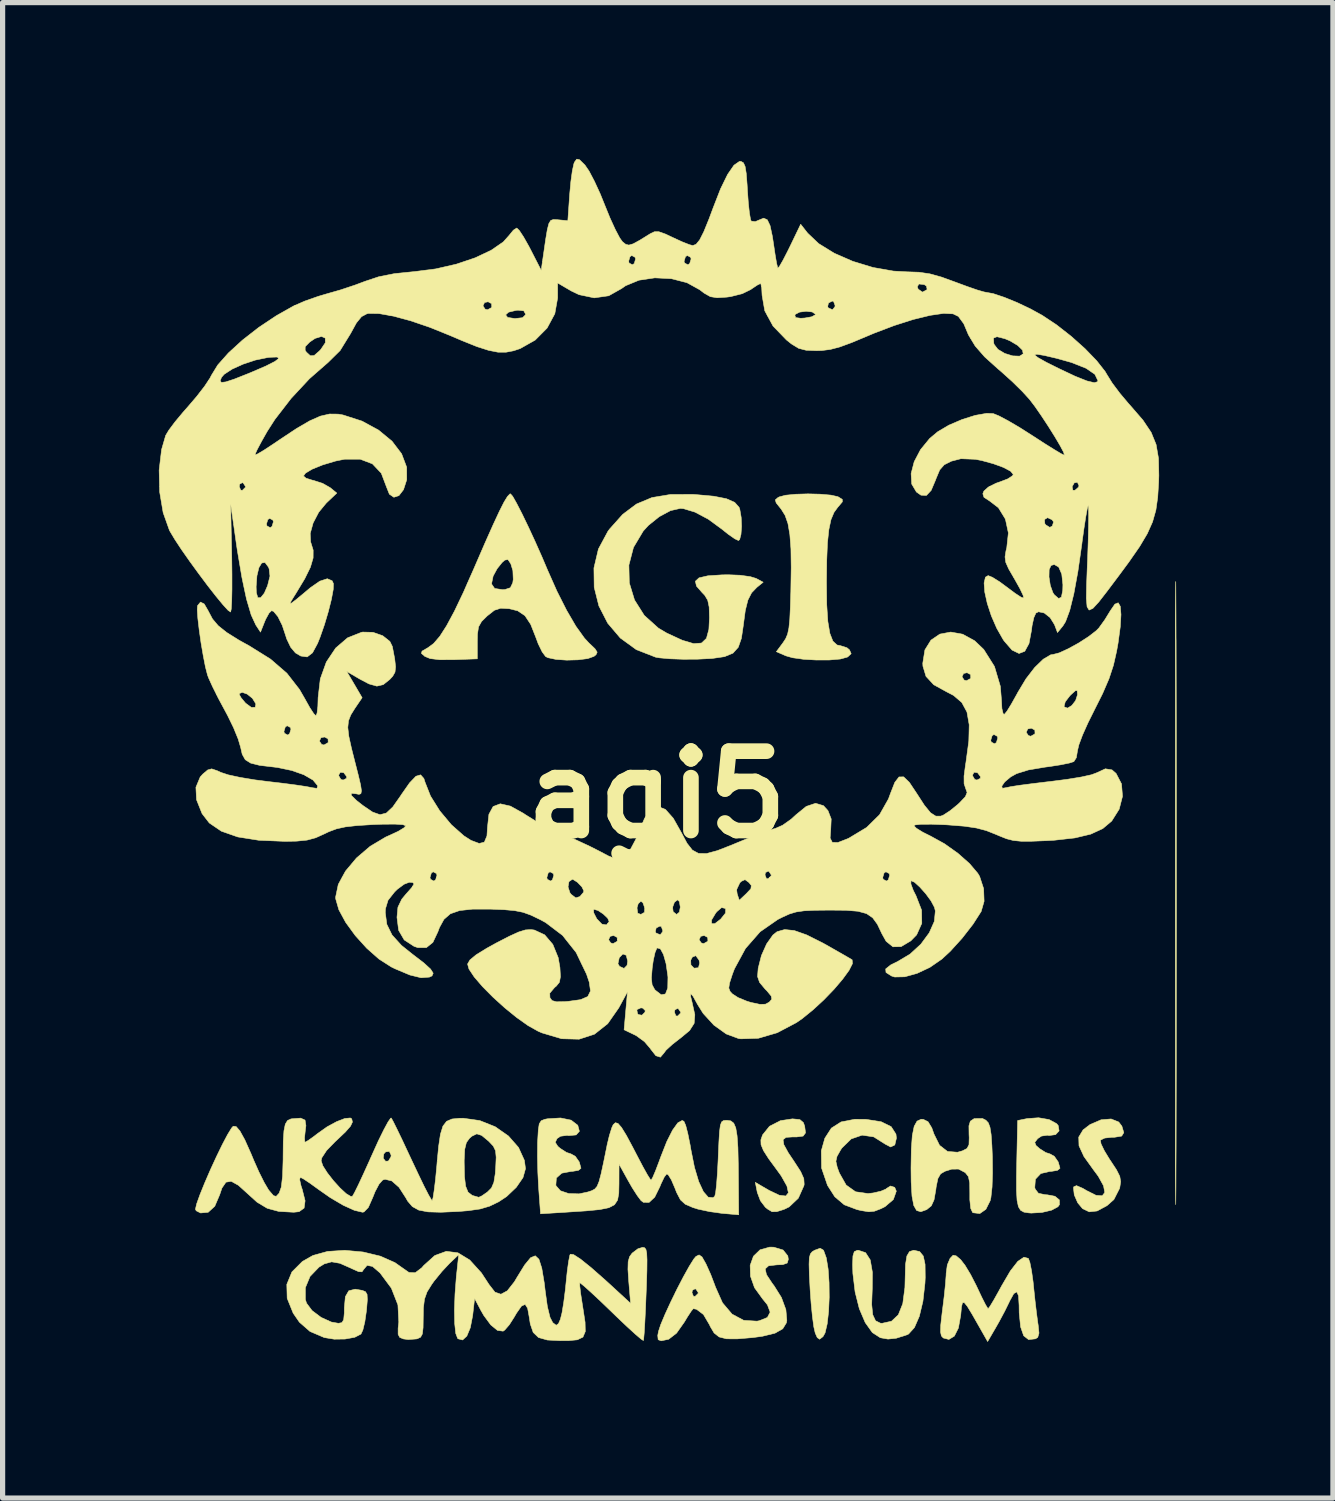
<source format=kicad_pcb>
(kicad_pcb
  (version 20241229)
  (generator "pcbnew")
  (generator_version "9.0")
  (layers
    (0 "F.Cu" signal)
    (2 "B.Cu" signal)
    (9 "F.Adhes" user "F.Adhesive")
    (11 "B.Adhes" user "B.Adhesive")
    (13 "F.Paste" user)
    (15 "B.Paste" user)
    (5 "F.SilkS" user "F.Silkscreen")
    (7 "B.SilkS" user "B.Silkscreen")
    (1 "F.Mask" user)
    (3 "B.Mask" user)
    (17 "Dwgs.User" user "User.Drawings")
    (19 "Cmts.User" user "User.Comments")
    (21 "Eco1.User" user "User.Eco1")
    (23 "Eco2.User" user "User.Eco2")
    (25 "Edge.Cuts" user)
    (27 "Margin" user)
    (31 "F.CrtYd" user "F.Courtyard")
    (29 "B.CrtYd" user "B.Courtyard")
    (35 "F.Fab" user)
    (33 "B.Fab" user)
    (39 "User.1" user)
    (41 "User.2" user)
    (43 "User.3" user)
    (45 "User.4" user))
  (footprint "agi5"
    (layer "F.Cu")
    (at 9.561 12.205)
    (property "Reference" "agi5" (at 0 0 0) (layer "F.SilkS") (effects (font (size 1.524 1.524) (thickness 0.3))))
    (attr through_hole)
    (fp_poly (pts (xy 3.195 8.744) (xy 3.202 8.755) (xy 3.252 8.894) (xy 3.287 9.107) (xy 3.305 9.368) (xy 3.308 9.649) (xy 3.296 9.922) (xy 3.269 10.16) (xy 3.228 10.334) (xy 3.188 10.405) (xy 3.123 10.455) (xy 3.078 10.423) (xy 3.039 10.335) (xy 3.012 10.217) (xy 2.985 10.017) (xy 2.96 9.761) (xy 2.941 9.495) (xy 2.926 9.209) (xy 2.921 9.014) (xy 2.926 8.891) (xy 2.946 8.818) (xy 2.981 8.775) (xy 3.029 8.746) (xy 3.134 8.708) (xy 3.195 8.744)) (stroke (width 0.01) (type solid)) (fill yes) (layer "F.SilkS"))
    (fp_poly (pts (xy 5.044 8.772) (xy 5.114 8.858) (xy 5.148 9.018) (xy 5.151 9.269) (xy 5.146 9.378) (xy 5.107 9.725) (xy 5.038 10.014) (xy 4.944 10.23) (xy 4.831 10.355) (xy 4.8 10.37) (xy 4.593 10.436) (xy 4.436 10.452) (xy 4.289 10.426) (xy 4.136 10.327) (xy 3.999 10.135) (xy 3.886 9.87) (xy 3.805 9.549) (xy 3.762 9.192) (xy 3.757 9.025) (xy 3.763 8.857) (xy 3.789 8.774) (xy 3.845 8.748) (xy 3.868 8.747) (xy 4.006 8.793) (xy 4.096 8.933) (xy 4.137 9.171) (xy 4.134 9.49) (xy 4.123 9.785) (xy 4.143 9.984) (xy 4.197 10.1) (xy 4.289 10.146) (xy 4.323 10.149) (xy 4.504 10.109) (xy 4.635 9.985) (xy 4.72 9.772) (xy 4.761 9.462) (xy 4.766 9.27) (xy 4.773 9.016) (xy 4.799 8.856) (xy 4.849 8.772) (xy 4.929 8.747) (xy 4.933 8.747) (xy 5.044 8.772)) (stroke (width 0.01) (type solid)) (fill yes) (layer "F.SilkS"))
    (fp_poly (pts (xy 2.744 6.238) (xy 2.813 6.297) (xy 2.837 6.367) (xy 2.853 6.493) (xy 2.807 6.555) (xy 2.677 6.572) (xy 2.608 6.571) (xy 2.48 6.579) (xy 2.422 6.624) (xy 2.436 6.718) (xy 2.522 6.875) (xy 2.634 7.042) (xy 2.759 7.235) (xy 2.82 7.371) (xy 2.827 7.48) (xy 2.822 7.507) (xy 2.715 7.747) (xy 2.539 7.914) (xy 2.445 7.96) (xy 2.3 8.006) (xy 2.21 8.007) (xy 2.125 7.956) (xy 2.081 7.92) (xy 1.987 7.796) (xy 1.926 7.634) (xy 1.926 7.632) (xy 1.889 7.443) (xy 2.149 7.595) (xy 2.348 7.69) (xy 2.474 7.705) (xy 2.524 7.644) (xy 2.496 7.514) (xy 2.387 7.32) (xy 2.308 7.21) (xy 2.146 6.99) (xy 2.046 6.834) (xy 1.999 6.72) (xy 1.996 6.627) (xy 2.028 6.533) (xy 2.029 6.531) (xy 2.162 6.366) (xy 2.371 6.259) (xy 2.603 6.224) (xy 2.744 6.238)) (stroke (width 0.01) (type solid)) (fill yes) (layer "F.SilkS"))
    (fp_poly (pts (xy 4.015 6.234) (xy 4.306 6.28) (xy 4.497 6.374) (xy 4.589 6.517) (xy 4.598 6.594) (xy 4.567 6.725) (xy 4.487 6.764) (xy 4.384 6.71) (xy 4.162 6.57) (xy 3.939 6.537) (xy 3.73 6.609) (xy 3.551 6.784) (xy 3.526 6.822) (xy 3.457 6.945) (xy 3.436 7.039) (xy 3.462 7.155) (xy 3.503 7.265) (xy 3.633 7.495) (xy 3.814 7.624) (xy 4.051 7.658) (xy 4.149 7.647) (xy 4.299 7.613) (xy 4.394 7.573) (xy 4.406 7.562) (xy 4.484 7.513) (xy 4.565 7.539) (xy 4.596 7.612) (xy 4.539 7.773) (xy 4.38 7.909) (xy 4.301 7.949) (xy 4.176 7.997) (xy 4.067 8.008) (xy 3.923 7.985) (xy 3.841 7.966) (xy 3.597 7.874) (xy 3.415 7.72) (xy 3.275 7.501) (xy 3.161 7.168) (xy 3.156 6.837) (xy 3.224 6.596) (xy 3.349 6.402) (xy 3.536 6.283) (xy 3.798 6.232) (xy 4.015 6.234)) (stroke (width 0.01) (type solid)) (fill yes) (layer "F.SilkS"))
    (fp_poly (pts (xy 8.866 6.285) (xy 8.926 6.364) (xy 8.963 6.489) (xy 8.922 6.555) (xy 8.788 6.577) (xy 8.733 6.578) (xy 8.596 6.593) (xy 8.516 6.631) (xy 8.514 6.633) (xy 8.526 6.704) (xy 8.59 6.837) (xy 8.693 7.006) (xy 8.705 7.023) (xy 8.824 7.204) (xy 8.886 7.328) (xy 8.903 7.43) (xy 8.886 7.542) (xy 8.882 7.559) (xy 8.773 7.773) (xy 8.641 7.89) (xy 8.45 7.993) (xy 8.299 8.009) (xy 8.172 7.948) (xy 8.078 7.835) (xy 8.012 7.684) (xy 7.997 7.55) (xy 8.002 7.529) (xy 8.055 7.506) (xy 8.176 7.558) (xy 8.244 7.599) (xy 8.43 7.692) (xy 8.549 7.701) (xy 8.598 7.637) (xy 8.574 7.509) (xy 8.473 7.326) (xy 8.383 7.205) (xy 8.198 6.947) (xy 8.103 6.741) (xy 8.098 6.574) (xy 8.181 6.436) (xy 8.314 6.334) (xy 8.527 6.242) (xy 8.719 6.226) (xy 8.866 6.285)) (stroke (width 0.01) (type solid)) (fill yes) (layer "F.SilkS"))
    (fp_poly (pts (xy 9.961 -4.083) (xy 9.962 -3.974) (xy 9.963 -3.76) (xy 9.965 -3.439) (xy 9.966 -3.008) (xy 9.967 -2.953) (xy 9.969 -2.061) (xy 9.971 -1.082) (xy 9.972 -0.038) (xy 9.972 1.046) (xy 9.973 2.148) (xy 9.972 3.244) (xy 9.971 4.311) (xy 9.97 5.325) (xy 9.968 6.264) (xy 9.967 6.747) (xy 9.965 7.186) (xy 9.964 7.516) (xy 9.962 7.738) (xy 9.961 7.856) (xy 9.96 7.871) (xy 9.958 7.786) (xy 9.957 7.604) (xy 9.956 7.327) (xy 9.955 6.957) (xy 9.954 6.498) (xy 9.954 5.95) (xy 9.953 5.317) (xy 9.953 4.602) (xy 9.952 3.806) (xy 9.952 2.932) (xy 9.952 1.983) (xy 9.952 1.878) (xy 9.952 0.922) (xy 9.952 0.041) (xy 9.953 -0.762) (xy 9.953 -1.485) (xy 9.954 -2.125) (xy 9.954 -2.68) (xy 9.955 -3.147) (xy 9.956 -3.524) (xy 9.957 -3.809) (xy 9.958 -3.998) (xy 9.959 -4.091) (xy 9.961 -4.083)) (stroke (width 0.01) (type solid)) (fill yes) (layer "F.SilkS"))
    (fp_poly (pts (xy 7.529 6.238) (xy 7.673 6.316) (xy 7.704 6.353) (xy 7.721 6.455) (xy 7.654 6.527) (xy 7.528 6.544) (xy 7.498 6.538) (xy 7.382 6.555) (xy 7.309 6.604) (xy 7.254 6.676) (xy 7.278 6.736) (xy 7.345 6.795) (xy 7.462 6.87) (xy 7.546 6.897) (xy 7.629 6.943) (xy 7.704 7.051) (xy 7.738 7.171) (xy 7.738 7.173) (xy 7.689 7.213) (xy 7.568 7.233) (xy 7.543 7.233) (xy 7.369 7.274) (xy 7.266 7.383) (xy 7.254 7.541) (xy 7.262 7.572) (xy 7.324 7.653) (xy 7.457 7.681) (xy 7.491 7.682) (xy 7.641 7.71) (xy 7.726 7.78) (xy 7.728 7.871) (xy 7.699 7.911) (xy 7.577 7.977) (xy 7.391 8.021) (xy 7.187 8.033) (xy 7.135 8.029) (xy 7.046 8.015) (xy 6.982 7.98) (xy 6.94 7.911) (xy 6.914 7.79) (xy 6.903 7.603) (xy 6.903 7.334) (xy 6.909 7.011) (xy 6.925 6.256) (xy 7.107 6.219) (xy 7.327 6.203) (xy 7.529 6.238)) (stroke (width 0.01) (type solid)) (fill yes) (layer "F.SilkS"))
    (fp_poly (pts (xy 3.137 -5.768) (xy 3.341 -5.75) (xy 3.474 -5.72) (xy 3.485 -5.714) (xy 3.559 -5.668) (xy 3.56 -5.621) (xy 3.487 -5.534) (xy 3.475 -5.521) (xy 3.399 -5.417) (xy 3.341 -5.278) (xy 3.301 -5.088) (xy 3.274 -4.833) (xy 3.26 -4.496) (xy 3.255 -4.077) (xy 3.26 -3.651) (xy 3.281 -3.327) (xy 3.32 -3.096) (xy 3.378 -2.947) (xy 3.457 -2.873) (xy 3.523 -2.86) (xy 3.648 -2.82) (xy 3.697 -2.779) (xy 3.729 -2.706) (xy 3.665 -2.646) (xy 3.652 -2.639) (xy 3.519 -2.603) (xy 3.312 -2.585) (xy 3.066 -2.584) (xy 2.818 -2.598) (xy 2.605 -2.628) (xy 2.478 -2.664) (xy 2.293 -2.744) (xy 2.422 -2.918) (xy 2.473 -2.996) (xy 2.509 -3.082) (xy 2.534 -3.199) (xy 2.551 -3.367) (xy 2.562 -3.606) (xy 2.571 -3.902) (xy 2.578 -4.358) (xy 2.573 -4.716) (xy 2.552 -4.993) (xy 2.516 -5.203) (xy 2.461 -5.361) (xy 2.385 -5.482) (xy 2.377 -5.492) (xy 2.29 -5.601) (xy 2.273 -5.659) (xy 2.321 -5.701) (xy 2.349 -5.716) (xy 2.47 -5.748) (xy 2.665 -5.767) (xy 2.9 -5.774) (xy 3.137 -5.768)) (stroke (width 0.01) (type solid)) (fill yes) (layer "F.SilkS"))
    (fp_poly (pts (xy 6.315 6.25) (xy 6.362 6.3) (xy 6.394 6.385) (xy 6.416 6.524) (xy 6.431 6.739) (xy 6.44 6.955) (xy 6.443 7.265) (xy 6.434 7.534) (xy 6.412 7.734) (xy 6.398 7.795) (xy 6.315 7.961) (xy 6.199 8.042) (xy 6.071 8.027) (xy 6.06 8.021) (xy 6.024 7.942) (xy 6.007 7.779) (xy 6.007 7.655) (xy 6.005 7.455) (xy 5.98 7.333) (xy 5.923 7.26) (xy 5.914 7.253) (xy 5.79 7.188) (xy 5.658 7.19) (xy 5.531 7.23) (xy 5.446 7.28) (xy 5.394 7.37) (xy 5.361 7.531) (xy 5.354 7.588) (xy 5.32 7.78) (xy 5.268 7.894) (xy 5.182 7.964) (xy 5.175 7.968) (xy 5.066 8.007) (xy 4.986 7.984) (xy 4.931 7.887) (xy 4.897 7.708) (xy 4.881 7.434) (xy 4.878 7.17) (xy 4.884 6.807) (xy 4.903 6.543) (xy 4.939 6.367) (xy 4.994 6.268) (xy 5.072 6.232) (xy 5.114 6.234) (xy 5.205 6.279) (xy 5.277 6.397) (xy 5.319 6.516) (xy 5.426 6.732) (xy 5.579 6.85) (xy 5.771 6.865) (xy 5.866 6.838) (xy 5.953 6.793) (xy 5.991 6.72) (xy 5.995 6.583) (xy 5.992 6.524) (xy 5.99 6.358) (xy 6.017 6.269) (xy 6.085 6.223) (xy 6.094 6.219) (xy 6.25 6.217) (xy 6.315 6.25)) (stroke (width 0.01) (type solid)) (fill yes) (layer "F.SilkS"))
    (fp_poly (pts (xy 5.745 8.854) (xy 5.83 8.926) (xy 5.914 9.034) (xy 6.021 9.211) (xy 6.129 9.421) (xy 6.146 9.457) (xy 6.236 9.648) (xy 6.309 9.792) (xy 6.353 9.864) (xy 6.359 9.868) (xy 6.395 9.822) (xy 6.469 9.699) (xy 6.568 9.522) (xy 6.618 9.43) (xy 6.786 9.143) (xy 6.929 8.959) (xy 7.046 8.88) (xy 7.131 8.903) (xy 7.16 8.98) (xy 7.192 9.14) (xy 7.222 9.354) (xy 7.232 9.454) (xy 7.259 9.712) (xy 7.288 9.957) (xy 7.313 10.145) (xy 7.319 10.183) (xy 7.335 10.338) (xy 7.311 10.419) (xy 7.267 10.447) (xy 7.135 10.462) (xy 7.041 10.388) (xy 6.982 10.218) (xy 6.955 9.948) (xy 6.953 9.805) (xy 6.942 9.62) (xy 6.908 9.545) (xy 6.851 9.579) (xy 6.771 9.723) (xy 6.763 9.742) (xy 6.677 9.917) (xy 6.566 10.124) (xy 6.508 10.226) (xy 6.349 10.499) (xy 6.194 10.226) (xy 6.053 9.978) (xy 5.958 9.822) (xy 5.899 9.75) (xy 5.866 9.756) (xy 5.847 9.833) (xy 5.834 9.976) (xy 5.831 10.002) (xy 5.788 10.239) (xy 5.71 10.395) (xy 5.605 10.459) (xy 5.498 10.431) (xy 5.461 10.391) (xy 5.445 10.316) (xy 5.449 10.182) (xy 5.473 9.968) (xy 5.484 9.88) (xy 5.515 9.63) (xy 5.539 9.399) (xy 5.552 9.227) (xy 5.553 9.189) (xy 5.575 9.028) (xy 5.627 8.904) (xy 5.628 8.903) (xy 5.686 8.842) (xy 5.745 8.854)) (stroke (width 0.01) (type solid)) (fill yes) (layer "F.SilkS"))
    (fp_poly (pts (xy -2.769 -5.727) (xy -2.693 -5.593) (xy -2.589 -5.391) (xy -2.468 -5.14) (xy -2.337 -4.857) (xy -2.205 -4.56) (xy -2.102 -4.317) (xy -1.92 -3.907) (xy -1.734 -3.539) (xy -1.555 -3.232) (xy -1.391 -3.004) (xy -1.307 -2.913) (xy -1.189 -2.801) (xy -1.147 -2.735) (xy -1.169 -2.686) (xy -1.208 -2.655) (xy -1.327 -2.612) (xy -1.515 -2.588) (xy -1.732 -2.582) (xy -1.937 -2.596) (xy -2.092 -2.629) (xy -2.136 -2.651) (xy -2.203 -2.741) (xy -2.279 -2.897) (xy -2.322 -3.013) (xy -2.423 -3.269) (xy -2.533 -3.435) (xy -2.672 -3.529) (xy -2.838 -3.57) (xy -2.998 -3.579) (xy -3.119 -3.54) (xy -3.255 -3.433) (xy -3.258 -3.431) (xy -3.367 -3.323) (xy -3.424 -3.221) (xy -3.445 -3.083) (xy -3.448 -2.934) (xy -3.448 -2.607) (xy -3.897 -2.591) (xy -4.171 -2.59) (xy -4.353 -2.612) (xy -4.455 -2.654) (xy -4.521 -2.712) (xy -4.509 -2.755) (xy -4.406 -2.815) (xy -4.398 -2.819) (xy -4.287 -2.901) (xy -4.168 -3.039) (xy -4.037 -3.243) (xy -3.887 -3.522) (xy -3.713 -3.887) (xy -3.644 -4.045) (xy -3.175 -4.045) (xy -3.115 -3.958) (xy -2.963 -3.935) (xy -2.916 -3.938) (xy -2.813 -3.972) (xy -2.767 -4.068) (xy -2.758 -4.133) (xy -2.765 -4.3) (xy -2.805 -4.432) (xy -2.86 -4.513) (xy -2.919 -4.503) (xy -2.971 -4.458) (xy -3.067 -4.338) (xy -3.144 -4.196) (xy -3.175 -4.045) (xy -3.644 -4.045) (xy -3.51 -4.347) (xy -3.486 -4.403) (xy -3.296 -4.841) (xy -3.143 -5.184) (xy -3.024 -5.44) (xy -2.934 -5.618) (xy -2.868 -5.725) (xy -2.823 -5.772) (xy -2.811 -5.775) (xy -2.769 -5.727)) (stroke (width 0.01) (type solid)) (fill yes) (layer "F.SilkS"))
    (fp_poly (pts (xy 0.748 -5.76) (xy 1.091 -5.729) (xy 1.334 -5.681) (xy 1.493 -5.611) (xy 1.578 -5.515) (xy 1.592 -5.474) (xy 1.618 -5.321) (xy 1.625 -5.15) (xy 1.614 -4.996) (xy 1.588 -4.897) (xy 1.566 -4.878) (xy 1.494 -4.912) (xy 1.368 -5) (xy 1.244 -5.099) (xy 0.986 -5.288) (xy 0.732 -5.423) (xy 0.511 -5.49) (xy 0.448 -5.495) (xy 0.26 -5.452) (xy 0.046 -5.337) (xy -0.16 -5.172) (xy -0.262 -5.061) (xy -0.45 -4.746) (xy -0.538 -4.407) (xy -0.53 -4.065) (xy -0.43 -3.737) (xy -0.243 -3.441) (xy 0.028 -3.197) (xy 0.188 -3.102) (xy 0.486 -2.964) (xy 0.705 -2.899) (xy 0.856 -2.91) (xy 0.951 -3) (xy 0.998 -3.174) (xy 1.009 -3.395) (xy 1.003 -3.601) (xy 0.975 -3.733) (xy 0.917 -3.829) (xy 0.87 -3.877) (xy 0.76 -4.003) (xy 0.738 -4.097) (xy 0.809 -4.162) (xy 0.977 -4.201) (xy 1.25 -4.219) (xy 1.369 -4.221) (xy 1.598 -4.212) (xy 1.792 -4.185) (xy 1.904 -4.151) (xy 2.04 -4.078) (xy 1.918 -3.979) (xy 1.818 -3.875) (xy 1.747 -3.736) (xy 1.697 -3.537) (xy 1.659 -3.253) (xy 1.658 -3.244) (xy 1.622 -3.001) (xy 1.562 -2.829) (xy 1.46 -2.716) (xy 1.298 -2.649) (xy 1.058 -2.614) (xy 0.772 -2.6) (xy 0.501 -2.599) (xy 0.248 -2.608) (xy 0.049 -2.626) (xy -0.025 -2.639) (xy -0.395 -2.783) (xy -0.703 -3.007) (xy -0.945 -3.292) (xy -1.114 -3.622) (xy -1.204 -3.981) (xy -1.209 -4.351) (xy -1.123 -4.715) (xy -0.94 -5.056) (xy -0.907 -5.1) (xy -0.656 -5.381) (xy -0.392 -5.579) (xy -0.095 -5.703) (xy 0.258 -5.762) (xy 0.688 -5.764) (xy 0.748 -5.76)) (stroke (width 0.01) (type solid)) (fill yes) (layer "F.SilkS"))
    (fp_poly (pts (xy 2.243 8.688) (xy 2.422 8.742) (xy 2.513 8.855) (xy 2.523 8.922) (xy 2.502 8.992) (xy 2.418 9.022) (xy 2.299 9.027) (xy 2.144 9.045) (xy 2.079 9.104) (xy 2.103 9.214) (xy 2.215 9.384) (xy 2.249 9.428) (xy 2.39 9.653) (xy 2.476 9.887) (xy 2.494 10.093) (xy 2.486 10.139) (xy 2.416 10.254) (xy 2.266 10.339) (xy 2.025 10.398) (xy 1.841 10.423) (xy 1.544 10.448) (xy 1.336 10.447) (xy 1.194 10.411) (xy 1.098 10.335) (xy 1.025 10.212) (xy 1.01 10.178) (xy 0.894 9.981) (xy 0.761 9.88) (xy 0.699 9.868) (xy 0.661 9.912) (xy 0.587 10.025) (xy 0.529 10.122) (xy 0.377 10.338) (xy 0.226 10.455) (xy 0.083 10.485) (xy 0.024 10.464) (xy 0.016 10.383) (xy 0.031 10.303) (xy 0.074 10.172) (xy 0.156 9.977) (xy 0.264 9.742) (xy 0.353 9.56) (xy 0.673 9.56) (xy 0.701 9.63) (xy 0.733 9.633) (xy 0.791 9.576) (xy 0.793 9.56) (xy 0.75 9.494) (xy 0.733 9.487) (xy 0.682 9.514) (xy 0.673 9.56) (xy 0.353 9.56) (xy 0.385 9.494) (xy 0.508 9.257) (xy 0.62 9.056) (xy 0.708 8.915) (xy 0.749 8.866) (xy 0.81 8.836) (xy 0.866 8.875) (xy 0.938 9.002) (xy 0.942 9.009) (xy 1.033 9.212) (xy 1.114 9.424) (xy 1.122 9.448) (xy 1.259 9.756) (xy 1.443 9.973) (xy 1.666 10.092) (xy 1.92 10.108) (xy 1.964 10.1) (xy 2.121 10.037) (xy 2.174 9.935) (xy 2.122 9.795) (xy 2.029 9.68) (xy 1.874 9.466) (xy 1.796 9.245) (xy 1.79 9.037) (xy 1.853 8.861) (xy 1.98 8.738) (xy 2.166 8.686) (xy 2.243 8.688)) (stroke (width 0.01) (type solid)) (fill yes) (layer "F.SilkS"))
    (fp_poly (pts (xy -1.647 6.249) (xy -1.522 6.345) (xy -1.519 6.348) (xy -1.488 6.463) (xy -1.551 6.533) (xy -1.693 6.546) (xy -1.724 6.541) (xy -1.852 6.558) (xy -1.918 6.603) (xy -1.951 6.676) (xy -1.902 6.752) (xy -1.856 6.791) (xy -1.738 6.868) (xy -1.65 6.897) (xy -1.567 6.943) (xy -1.491 7.051) (xy -1.458 7.171) (xy -1.458 7.173) (xy -1.507 7.213) (xy -1.627 7.233) (xy -1.647 7.233) (xy -1.827 7.267) (xy -1.93 7.359) (xy -1.94 7.496) (xy -1.936 7.509) (xy -1.852 7.605) (xy -1.694 7.658) (xy -1.495 7.664) (xy -1.326 7.628) (xy -1.25 7.603) (xy -1.193 7.572) (xy -1.149 7.521) (xy -1.111 7.429) (xy -1.072 7.282) (xy -1.024 7.06) (xy -0.96 6.747) (xy -0.957 6.728) (xy -0.912 6.542) (xy -0.865 6.392) (xy -0.839 6.336) (xy -0.797 6.298) (xy -0.747 6.312) (xy -0.68 6.389) (xy -0.587 6.54) (xy -0.461 6.775) (xy -0.377 6.937) (xy -0.271 7.139) (xy -0.183 7.297) (xy -0.126 7.387) (xy -0.112 7.401) (xy -0.082 7.352) (xy -0.026 7.221) (xy 0.045 7.034) (xy 0.073 6.957) (xy 0.189 6.662) (xy 0.301 6.44) (xy 0.401 6.301) (xy 0.485 6.255) (xy 0.519 6.272) (xy 0.553 6.35) (xy 0.594 6.51) (xy 0.637 6.722) (xy 0.653 6.817) (xy 0.721 7.156) (xy 0.802 7.427) (xy 0.892 7.621) (xy 0.985 7.728) (xy 1.077 7.737) (xy 1.11 7.712) (xy 1.127 7.644) (xy 1.145 7.487) (xy 1.162 7.262) (xy 1.176 6.994) (xy 1.177 6.962) (xy 1.19 6.67) (xy 1.202 6.471) (xy 1.218 6.348) (xy 1.242 6.283) (xy 1.279 6.257) (xy 1.333 6.252) (xy 1.343 6.252) (xy 1.419 6.263) (xy 1.475 6.307) (xy 1.514 6.397) (xy 1.539 6.548) (xy 1.555 6.775) (xy 1.562 7.092) (xy 1.564 7.299) (xy 1.57 8.066) (xy 1.248 8.038) (xy 1.017 8.006) (xy 0.788 7.957) (xy 0.689 7.926) (xy 0.544 7.863) (xy 0.452 7.779) (xy 0.378 7.637) (xy 0.345 7.552) (xy 0.278 7.396) (xy 0.218 7.299) (xy 0.188 7.281) (xy 0.141 7.342) (xy 0.079 7.471) (xy 0.056 7.528) (xy -0.042 7.727) (xy -0.15 7.828) (xy -0.259 7.827) (xy -0.305 7.793) (xy -0.375 7.7) (xy -0.474 7.546) (xy -0.557 7.401) (xy -0.727 7.093) (xy -0.728 7.469) (xy -0.732 7.652) (xy -0.755 7.783) (xy -0.813 7.872) (xy -0.922 7.93) (xy -1.099 7.966) (xy -1.361 7.991) (xy -1.593 8.006) (xy -2.234 8.047) (xy -2.271 7.542) (xy -2.286 7.252) (xy -2.293 6.947) (xy -2.291 6.683) (xy -2.289 6.645) (xy -2.277 6.439) (xy -2.259 6.32) (xy -2.221 6.26) (xy -2.153 6.233) (xy -2.103 6.223) (xy -1.849 6.207) (xy -1.647 6.249)) (stroke (width 0.01) (type solid)) (fill yes) (layer "F.SilkS"))
    (fp_poly (pts (xy -0.237 8.698) (xy -0.211 8.73) (xy -0.196 8.802) (xy -0.19 8.932) (xy -0.192 9.135) (xy -0.201 9.427) (xy -0.207 9.574) (xy -0.219 9.877) (xy -0.232 10.137) (xy -0.244 10.337) (xy -0.255 10.456) (xy -0.26 10.48) (xy -0.305 10.451) (xy -0.415 10.357) (xy -0.576 10.21) (xy -0.773 10.023) (xy -0.872 9.927) (xy -1.081 9.726) (xy -1.26 9.559) (xy -1.394 9.438) (xy -1.471 9.376) (xy -1.482 9.371) (xy -1.481 9.432) (xy -1.464 9.576) (xy -1.433 9.777) (xy -1.42 9.859) (xy -1.379 10.129) (xy -1.375 10.307) (xy -1.42 10.414) (xy -1.528 10.466) (xy -1.71 10.483) (xy -1.843 10.483) (xy -2.103 10.47) (xy -2.273 10.422) (xy -2.375 10.324) (xy -2.431 10.161) (xy -2.449 10.041) (xy -2.482 9.86) (xy -2.529 9.786) (xy -2.599 9.817) (xy -2.696 9.955) (xy -2.74 10.031) (xy -2.834 10.178) (xy -2.921 10.278) (xy -2.952 10.3) (xy -3.061 10.285) (xy -3.19 10.179) (xy -3.325 9.996) (xy -3.382 9.896) (xy -3.5 9.672) (xy -3.537 10) (xy -3.582 10.233) (xy -3.649 10.394) (xy -3.73 10.469) (xy -3.818 10.446) (xy -3.826 10.437) (xy -3.862 10.342) (xy -3.882 10.155) (xy -3.887 9.897) (xy -3.876 9.587) (xy -3.85 9.246) (xy -3.841 9.168) (xy -3.805 8.831) (xy -3.982 8.999) (xy -4.127 9.154) (xy -4.278 9.339) (xy -4.323 9.402) (xy -4.413 9.547) (xy -4.462 9.684) (xy -4.483 9.855) (xy -4.486 10.027) (xy -4.489 10.233) (xy -4.503 10.354) (xy -4.537 10.416) (xy -4.599 10.445) (xy -4.614 10.449) (xy -4.773 10.461) (xy -4.866 10.449) (xy -4.937 10.42) (xy -4.968 10.361) (xy -4.968 10.242) (xy -4.955 10.125) (xy -4.972 9.796) (xy -5.098 9.474) (xy -5.315 9.182) (xy -5.46 9.057) (xy -5.564 9.037) (xy -5.628 9.113) (xy -5.662 9.161) (xy -5.727 9.157) (xy -5.855 9.1) (xy -5.873 9.091) (xy -6.086 8.997) (xy -6.244 8.969) (xy -6.385 9.008) (xy -6.487 9.071) (xy -6.659 9.249) (xy -6.749 9.466) (xy -6.749 9.69) (xy -6.726 9.763) (xy -6.62 9.905) (xy -6.446 10.036) (xy -6.25 10.125) (xy -6.114 10.149) (xy -6.047 10.136) (xy -6.013 10.079) (xy -6.001 9.95) (xy -6 9.847) (xy -5.981 9.638) (xy -5.916 9.525) (xy -5.793 9.494) (xy -5.657 9.517) (xy -5.595 9.542) (xy -5.564 9.594) (xy -5.559 9.698) (xy -5.574 9.884) (xy -5.578 9.919) (xy -5.607 10.119) (xy -5.645 10.278) (xy -5.682 10.356) (xy -5.8 10.417) (xy -5.985 10.451) (xy -6.194 10.454) (xy -6.384 10.423) (xy -6.385 10.423) (xy -6.659 10.306) (xy -6.863 10.128) (xy -6.983 9.954) (xy -7.098 9.669) (xy -7.105 9.402) (xy -7.007 9.163) (xy -6.806 8.962) (xy -6.604 8.847) (xy -6.323 8.769) (xy -5.991 8.748) (xy -5.641 8.78) (xy -5.309 8.86) (xy -5.029 8.984) (xy -4.909 9.069) (xy -4.76 9.173) (xy -4.639 9.178) (xy -4.514 9.083) (xy -4.477 9.04) (xy -4.264 8.848) (xy -4.043 8.767) (xy -3.819 8.796) (xy -3.593 8.934) (xy -3.37 9.18) (xy -3.222 9.406) (xy -3.109 9.551) (xy -2.994 9.591) (xy -2.872 9.525) (xy -2.736 9.352) (xy -2.685 9.266) (xy -2.539 9.029) (xy -2.425 8.89) (xy -2.335 8.853) (xy -2.265 8.919) (xy -2.21 9.091) (xy -2.163 9.372) (xy -2.145 9.523) (xy -2.103 9.827) (xy -2.052 10.035) (xy -2 10.136) (xy -1.933 10.187) (xy -1.889 10.155) (xy -1.853 10.072) (xy -1.822 9.949) (xy -1.789 9.749) (xy -1.758 9.506) (xy -1.746 9.387) (xy -1.722 9.154) (xy -1.696 8.965) (xy -1.673 8.847) (xy -1.663 8.822) (xy -1.6 8.83) (xy -1.467 8.916) (xy -1.263 9.08) (xy -0.985 9.325) (xy -0.883 9.418) (xy -0.505 9.766) (xy -0.541 9.34) (xy -0.556 9.113) (xy -0.552 8.967) (xy -0.525 8.871) (xy -0.476 8.803) (xy -0.364 8.718) (xy -0.274 8.691) (xy -0.237 8.698)) (stroke (width 0.01) (type solid)) (fill yes) (layer "F.SilkS"))
    (fp_poly (pts (xy -5.859 6.224) (xy -5.845 6.285) (xy -5.882 6.364) (xy -5.981 6.477) (xy -6.154 6.641) (xy -6.179 6.664) (xy -6.342 6.832) (xy -6.433 6.971) (xy -6.446 7.028) (xy -6.413 7.126) (xy -6.327 7.261) (xy -6.21 7.411) (xy -6.082 7.552) (xy -5.964 7.661) (xy -5.875 7.714) (xy -5.845 7.71) (xy -5.805 7.64) (xy -5.73 7.488) (xy -5.63 7.273) (xy -5.513 7.015) (xy -5.498 6.98) (xy -5.254 6.98) (xy -5.209 7.038) (xy -5.155 7.034) (xy -5.107 6.956) (xy -5.102 6.921) (xy -5.137 6.849) (xy -5.208 6.858) (xy -5.243 6.897) (xy -5.254 6.98) (xy -5.498 6.98) (xy -5.466 6.909) (xy -5.349 6.65) (xy -5.244 6.436) (xy -5.162 6.284) (xy -5.111 6.211) (xy -5.1 6.208) (xy -5.064 6.272) (xy -4.991 6.419) (xy -4.889 6.63) (xy -4.769 6.887) (xy -4.705 7.023) (xy -4.579 7.29) (xy -4.469 7.518) (xy -4.382 7.687) (xy -4.327 7.781) (xy -4.315 7.794) (xy -4.298 7.741) (xy -4.276 7.598) (xy -4.25 7.385) (xy -4.225 7.124) (xy -4.222 7.088) (xy -4.22 7.06) (xy -3.7 7.06) (xy -3.694 7.334) (xy -3.672 7.517) (xy -3.626 7.631) (xy -3.545 7.694) (xy -3.423 7.729) (xy -3.42 7.73) (xy -3.361 7.703) (xy -3.257 7.631) (xy -3.255 7.63) (xy -3.176 7.551) (xy -3.13 7.444) (xy -3.103 7.276) (xy -3.095 7.162) (xy -3.086 6.962) (xy -3.098 6.836) (xy -3.141 6.747) (xy -3.224 6.659) (xy -3.231 6.652) (xy -3.364 6.542) (xy -3.458 6.512) (xy -3.55 6.556) (xy -3.598 6.597) (xy -3.658 6.68) (xy -3.69 6.81) (xy -3.7 7.018) (xy -3.7 7.06) (xy -4.22 7.06) (xy -4.191 6.756) (xy -4.156 6.52) (xy -4.108 6.364) (xy -4.038 6.272) (xy -3.935 6.227) (xy -3.793 6.213) (xy -3.72 6.212) (xy -3.401 6.257) (xy -3.105 6.375) (xy -2.85 6.553) (xy -2.657 6.773) (xy -2.544 7.021) (xy -2.523 7.181) (xy -2.571 7.352) (xy -2.7 7.539) (xy -2.886 7.716) (xy -3.039 7.817) (xy -3.211 7.9) (xy -3.392 7.954) (xy -3.622 7.987) (xy -3.805 8.002) (xy -4.146 8.017) (xy -4.395 8.01) (xy -4.572 7.976) (xy -4.695 7.908) (xy -4.785 7.803) (xy -4.821 7.739) (xy -4.951 7.538) (xy -5.089 7.416) (xy -5.219 7.384) (xy -5.265 7.399) (xy -5.334 7.477) (xy -5.411 7.623) (xy -5.455 7.733) (xy -5.54 7.925) (xy -5.623 8.011) (xy -5.651 8.017) (xy -5.808 7.98) (xy -6.022 7.883) (xy -6.27 7.737) (xy -6.5 7.576) (xy -6.66 7.46) (xy -6.785 7.377) (xy -6.848 7.345) (xy -6.848 7.345) (xy -6.858 7.392) (xy -6.832 7.51) (xy -6.809 7.579) (xy -6.754 7.797) (xy -6.773 7.937) (xy -6.869 8.006) (xy -6.971 8.017) (xy -7.26 8.001) (xy -7.481 7.941) (xy -7.676 7.824) (xy -7.846 7.67) (xy -8.034 7.5) (xy -8.172 7.423) (xy -8.273 7.44) (xy -8.35 7.552) (xy -8.394 7.682) (xy -8.488 7.902) (xy -8.615 8.018) (xy -8.761 8.031) (xy -8.844 7.989) (xy -8.859 7.959) (xy -8.836 7.857) (xy -8.773 7.681) (xy -8.682 7.456) (xy -8.573 7.204) (xy -8.456 6.95) (xy -8.342 6.715) (xy -8.241 6.524) (xy -8.165 6.4) (xy -8.134 6.366) (xy -8.078 6.372) (xy -8.006 6.455) (xy -7.912 6.625) (xy -7.793 6.891) (xy -7.739 7.021) (xy -7.64 7.244) (xy -7.54 7.444) (xy -7.457 7.585) (xy -7.443 7.603) (xy -7.36 7.699) (xy -7.309 7.712) (xy -7.253 7.652) (xy -7.252 7.65) (xy -7.211 7.535) (xy -7.186 7.321) (xy -7.176 7.002) (xy -7.176 6.956) (xy -7.173 6.658) (xy -7.16 6.454) (xy -7.134 6.326) (xy -7.091 6.256) (xy -7.027 6.226) (xy -7.009 6.223) (xy -6.839 6.21) (xy -6.755 6.248) (xy -6.738 6.354) (xy -6.75 6.448) (xy -6.765 6.588) (xy -6.76 6.666) (xy -6.754 6.672) (xy -6.695 6.64) (xy -6.582 6.559) (xy -6.515 6.507) (xy -6.333 6.378) (xy -6.149 6.278) (xy -5.992 6.217) (xy -5.885 6.207) (xy -5.859 6.224)) (stroke (width 0.01) (type solid)) (fill yes) (layer "F.SilkS"))
    (fp_poly (pts (xy -1.486 -12.189) (xy -1.396 -12.101) (xy -1.381 -12.086) (xy -1.302 -11.97) (xy -1.2 -11.776) (xy -1.089 -11.535) (xy -1.002 -11.32) (xy -0.9 -11.069) (xy -0.799 -10.849) (xy -0.714 -10.688) (xy -0.661 -10.614) (xy -0.599 -10.565) (xy -0.539 -10.55) (xy -0.456 -10.574) (xy -0.326 -10.645) (xy -0.128 -10.768) (xy -0.047 -10.807) (xy 0.039 -10.806) (xy 0.164 -10.762) (xy 0.308 -10.694) (xy 0.484 -10.613) (xy 0.624 -10.558) (xy 0.689 -10.541) (xy 0.753 -10.566) (xy 0.822 -10.651) (xy 0.901 -10.808) (xy 1 -11.051) (xy 1.077 -11.258) (xy 1.222 -11.63) (xy 1.357 -11.906) (xy 1.479 -12.083) (xy 1.584 -12.156) (xy 1.615 -12.156) (xy 1.661 -12.13) (xy 1.693 -12.06) (xy 1.715 -11.925) (xy 1.732 -11.705) (xy 1.738 -11.596) (xy 1.755 -11.359) (xy 1.776 -11.165) (xy 1.798 -11.04) (xy 1.811 -11.01) (xy 1.888 -11) (xy 1.956 -11.029) (xy 2.049 -11.067) (xy 2.119 -11.036) (xy 2.172 -10.925) (xy 2.216 -10.721) (xy 2.239 -10.573) (xy 2.27 -10.363) (xy 2.298 -10.2) (xy 2.319 -10.114) (xy 2.322 -10.107) (xy 2.354 -10.144) (xy 2.421 -10.26) (xy 2.511 -10.435) (xy 2.552 -10.518) (xy 2.76 -10.95) (xy 2.894 -10.779) (xy 3.106 -10.578) (xy 3.404 -10.394) (xy 3.761 -10.238) (xy 4.149 -10.12) (xy 4.541 -10.051) (xy 4.792 -10.037) (xy 5.031 -10.029) (xy 5.24 -9.998) (xy 5.463 -9.936) (xy 5.727 -9.84) (xy 5.954 -9.756) (xy 6.147 -9.689) (xy 6.278 -9.651) (xy 6.315 -9.644) (xy 6.457 -9.618) (xy 6.667 -9.548) (xy 6.915 -9.447) (xy 7.172 -9.325) (xy 7.396 -9.202) (xy 7.672 -9.019) (xy 7.954 -8.798) (xy 8.219 -8.561) (xy 8.443 -8.329) (xy 8.604 -8.124) (xy 8.646 -8.053) (xy 8.74 -7.902) (xy 8.886 -7.707) (xy 9.055 -7.506) (xy 9.099 -7.457) (xy 9.331 -7.189) (xy 9.488 -6.955) (xy 9.583 -6.722) (xy 9.629 -6.457) (xy 9.636 -6.126) (xy 9.632 -6) (xy 9.614 -5.709) (xy 9.579 -5.462) (xy 9.515 -5.236) (xy 9.414 -5.01) (xy 9.266 -4.761) (xy 9.061 -4.466) (xy 8.866 -4.202) (xy 8.646 -3.909) (xy 8.483 -3.699) (xy 8.37 -3.576) (xy 8.297 -3.543) (xy 8.258 -3.606) (xy 8.244 -3.768) (xy 8.249 -4.032) (xy 8.263 -4.404) (xy 8.268 -4.514) (xy 8.279 -4.843) (xy 8.286 -5.128) (xy 8.289 -5.352) (xy 8.287 -5.498) (xy 8.28 -5.55) (xy 8.279 -5.55) (xy 8.261 -5.486) (xy 8.233 -5.333) (xy 8.199 -5.114) (xy 8.162 -4.849) (xy 8.159 -4.821) (xy 8.082 -4.284) (xy 8.004 -3.857) (xy 7.925 -3.537) (xy 7.845 -3.321) (xy 7.794 -3.239) (xy 7.69 -3.112) (xy 7.633 -3.263) (xy 7.549 -3.398) (xy 7.436 -3.487) (xy 7.326 -3.511) (xy 7.275 -3.485) (xy 7.236 -3.398) (xy 7.202 -3.244) (xy 7.191 -3.155) (xy 7.143 -2.901) (xy 7.062 -2.752) (xy 6.952 -2.71) (xy 6.818 -2.775) (xy 6.666 -2.95) (xy 6.645 -2.981) (xy 6.523 -3.196) (xy 6.42 -3.433) (xy 6.342 -3.671) (xy 6.294 -3.888) (xy 6.281 -4.063) (xy 6.307 -4.175) (xy 6.359 -4.205) (xy 6.441 -4.172) (xy 6.579 -4.086) (xy 6.728 -3.976) (xy 6.878 -3.864) (xy 6.992 -3.79) (xy 7.043 -3.773) (xy 7.029 -3.829) (xy 6.969 -3.955) (xy 6.874 -4.125) (xy 6.861 -4.148) (xy 6.843 -4.179) (xy 7.527 -4.179) (xy 7.552 -4.017) (xy 7.601 -3.88) (xy 7.627 -3.839) (xy 7.712 -3.765) (xy 7.765 -3.791) (xy 7.791 -3.921) (xy 7.794 -4.03) (xy 7.772 -4.234) (xy 7.713 -4.369) (xy 7.628 -4.418) (xy 7.566 -4.399) (xy 7.53 -4.32) (xy 7.527 -4.179) (xy 6.843 -4.179) (xy 6.753 -4.334) (xy 6.697 -4.46) (xy 6.683 -4.564) (xy 6.701 -4.679) (xy 6.716 -4.737) (xy 6.747 -5.024) (xy 6.692 -5.282) (xy 7.441 -5.282) (xy 7.447 -5.203) (xy 7.464 -5.179) (xy 7.542 -5.131) (xy 7.59 -5.156) (xy 7.615 -5.235) (xy 7.586 -5.277) (xy 7.5 -5.317) (xy 7.441 -5.282) (xy 6.692 -5.282) (xy 6.69 -5.29) (xy 6.556 -5.508) (xy 6.389 -5.636) (xy 6.279 -5.708) (xy 6.257 -5.776) (xy 6.277 -5.827) (xy 6.362 -5.904) (xy 6.378 -5.912) (xy 7.971 -5.912) (xy 7.985 -5.843) (xy 8.027 -5.844) (xy 8.096 -5.905) (xy 8.102 -5.934) (xy 8.072 -5.997) (xy 8.012 -5.985) (xy 7.971 -5.912) (xy 6.378 -5.912) (xy 6.512 -5.979) (xy 6.587 -6.005) (xy 6.736 -6.062) (xy 6.827 -6.122) (xy 6.841 -6.147) (xy 6.79 -6.209) (xy 6.655 -6.281) (xy 6.461 -6.352) (xy 6.235 -6.414) (xy 6.112 -6.438) (xy 5.836 -6.449) (xy 5.651 -6.401) (xy 5.516 -6.333) (xy 5.429 -6.234) (xy 5.359 -6.067) (xy 5.351 -6.044) (xy 5.265 -5.841) (xy 5.174 -5.744) (xy 5.069 -5.749) (xy 4.982 -5.81) (xy 4.892 -5.962) (xy 4.88 -6.163) (xy 4.939 -6.391) (xy 5.061 -6.623) (xy 5.237 -6.838) (xy 5.39 -6.966) (xy 5.605 -7.093) (xy 5.857 -7.201) (xy 6.11 -7.281) (xy 6.331 -7.32) (xy 6.457 -7.315) (xy 6.566 -7.271) (xy 6.743 -7.177) (xy 6.965 -7.047) (xy 7.205 -6.894) (xy 7.213 -6.889) (xy 7.438 -6.743) (xy 7.627 -6.625) (xy 7.761 -6.545) (xy 7.823 -6.516) (xy 7.824 -6.516) (xy 7.808 -6.572) (xy 7.742 -6.697) (xy 7.64 -6.87) (xy 7.516 -7.068) (xy 7.384 -7.269) (xy 7.258 -7.451) (xy 7.152 -7.59) (xy 7.014 -7.741) (xy 6.823 -7.929) (xy 6.612 -8.119) (xy 6.545 -8.176) (xy 6.291 -8.405) (xy 6.111 -8.611) (xy 6.017 -8.766) (xy 6.461 -8.766) (xy 6.466 -8.669) (xy 6.474 -8.643) (xy 6.547 -8.548) (xy 6.678 -8.47) (xy 6.829 -8.423) (xy 6.962 -8.418) (xy 7.002 -8.442) (xy 7.251 -8.442) (xy 7.313 -8.391) (xy 7.477 -8.299) (xy 7.71 -8.183) (xy 8.027 -8.033) (xy 8.255 -7.942) (xy 8.398 -7.908) (xy 8.462 -7.928) (xy 8.466 -7.948) (xy 8.408 -8.069) (xy 8.239 -8.185) (xy 7.962 -8.295) (xy 7.678 -8.375) (xy 7.434 -8.432) (xy 7.292 -8.455) (xy 7.251 -8.442) (xy 7.002 -8.442) (xy 7.032 -8.459) (xy 7.019 -8.533) (xy 6.926 -8.624) (xy 6.778 -8.712) (xy 6.68 -8.753) (xy 6.529 -8.791) (xy 6.461 -8.766) (xy 6.017 -8.766) (xy 5.98 -8.828) (xy 5.891 -9.04) (xy 5.787 -9.181) (xy 5.686 -9.23) (xy 5.505 -9.239) (xy 5.244 -9.201) (xy 4.921 -9.122) (xy 4.557 -9.006) (xy 4.17 -8.859) (xy 4.037 -8.803) (xy 3.738 -8.678) (xy 3.512 -8.595) (xy 3.33 -8.547) (xy 3.167 -8.526) (xy 3.065 -8.523) (xy 2.864 -8.531) (xy 2.721 -8.568) (xy 2.582 -8.653) (xy 2.487 -8.729) (xy 2.229 -8.996) (xy 2.115 -9.206) (xy 2.648 -9.206) (xy 2.663 -9.158) (xy 2.762 -9.145) (xy 2.84 -9.15) (xy 2.973 -9.174) (xy 3.04 -9.212) (xy 3.042 -9.224) (xy 2.982 -9.266) (xy 2.864 -9.279) (xy 2.739 -9.263) (xy 2.656 -9.22) (xy 2.648 -9.206) (xy 2.115 -9.206) (xy 2.071 -9.288) (xy 2.057 -9.367) (xy 3.277 -9.367) (xy 3.291 -9.344) (xy 3.372 -9.309) (xy 3.419 -9.369) (xy 3.42 -9.392) (xy 3.392 -9.466) (xy 3.368 -9.476) (xy 3.294 -9.439) (xy 3.277 -9.367) (xy 2.057 -9.367) (xy 2.019 -9.586) (xy 2.012 -9.727) (xy 2.007 -9.75) (xy 4.998 -9.75) (xy 5.016 -9.704) (xy 5.098 -9.647) (xy 5.18 -9.691) (xy 5.187 -9.701) (xy 5.174 -9.764) (xy 5.132 -9.792) (xy 5.03 -9.803) (xy 4.998 -9.75) (xy 2.007 -9.75) (xy 1.995 -9.806) (xy 1.988 -9.812) (xy 1.927 -9.782) (xy 1.818 -9.709) (xy 1.802 -9.697) (xy 1.638 -9.617) (xy 1.416 -9.561) (xy 1.342 -9.551) (xy 1.154 -9.539) (xy 1.026 -9.56) (xy 0.906 -9.628) (xy 0.823 -9.692) (xy 0.577 -9.828) (xy 0.278 -9.905) (xy -0.04 -9.921) (xy -0.344 -9.876) (xy -0.601 -9.77) (xy -0.678 -9.716) (xy -0.925 -9.577) (xy -1.204 -9.537) (xy -1.495 -9.598) (xy -1.647 -9.671) (xy -1.906 -9.823) (xy -1.906 -9.534) (xy -1.96 -9.232) (xy -2.108 -8.957) (xy -2.336 -8.727) (xy -2.626 -8.563) (xy -2.752 -8.521) (xy -2.899 -8.493) (xy -3.052 -8.494) (xy -3.23 -8.529) (xy -3.455 -8.601) (xy -3.746 -8.718) (xy -3.968 -8.813) (xy -4.356 -8.97) (xy -4.725 -9.096) (xy -5.058 -9.186) (xy -5.192 -9.21) (xy -2.904 -9.21) (xy -2.865 -9.161) (xy -2.729 -9.14) (xy -2.724 -9.14) (xy -2.579 -9.156) (xy -2.525 -9.21) (xy -2.523 -9.227) (xy -2.556 -9.288) (xy -2.667 -9.3) (xy -2.701 -9.297) (xy -2.848 -9.262) (xy -2.904 -9.21) (xy -5.192 -9.21) (xy -5.334 -9.235) (xy -5.535 -9.238) (xy -5.568 -9.231) (xy -5.67 -9.177) (xy -5.769 -9.056) (xy -5.883 -8.848) (xy -5.885 -8.845) (xy -6.082 -8.525) (xy -6.312 -8.298) (xy -6.67 -7.985) (xy -7.023 -7.606) (xy -7.334 -7.203) (xy -7.484 -6.969) (xy -7.593 -6.776) (xy -7.674 -6.623) (xy -7.714 -6.533) (xy -7.716 -6.52) (xy -7.665 -6.541) (xy -7.542 -6.614) (xy -7.37 -6.727) (xy -7.243 -6.813) (xy -6.922 -7.026) (xy -6.667 -7.175) (xy -6.462 -7.266) (xy -6.285 -7.307) (xy -6.119 -7.305) (xy -6.027 -7.289) (xy -5.661 -7.171) (xy -5.343 -6.998) (xy -5.085 -6.785) (xy -4.901 -6.543) (xy -4.804 -6.286) (xy -4.803 -6.045) (xy -4.865 -5.854) (xy -4.953 -5.74) (xy -5.05 -5.709) (xy -5.136 -5.768) (xy -5.189 -5.901) (xy -5.291 -6.17) (xy -5.461 -6.35) (xy -5.697 -6.44) (xy -5.996 -6.439) (xy -6.166 -6.405) (xy -6.417 -6.33) (xy -6.617 -6.249) (xy -6.746 -6.172) (xy -6.785 -6.117) (xy -6.736 -6.075) (xy -6.616 -6.037) (xy -6.592 -6.032) (xy -6.418 -5.976) (xy -6.272 -5.893) (xy -6.145 -5.789) (xy -6.346 -5.599) (xy -6.492 -5.422) (xy -6.6 -5.215) (xy -6.656 -5.013) (xy -6.648 -4.852) (xy -6.644 -4.84) (xy -6.599 -4.694) (xy -6.6 -4.543) (xy -6.652 -4.366) (xy -6.761 -4.144) (xy -6.934 -3.857) (xy -6.962 -3.813) (xy -7.021 -3.717) (xy -7.043 -3.67) (xy -7.015 -3.677) (xy -6.929 -3.742) (xy -6.773 -3.871) (xy -6.656 -3.97) (xy -6.472 -4.098) (xy -6.328 -4.145) (xy -6.235 -4.106) (xy -6.21 -4.051) (xy -6.214 -3.938) (xy -6.249 -3.749) (xy -6.308 -3.514) (xy -6.383 -3.262) (xy -6.466 -3.024) (xy -6.514 -2.904) (xy -6.612 -2.722) (xy -6.714 -2.644) (xy -6.837 -2.661) (xy -6.939 -2.721) (xy -7.03 -2.829) (xy -7.108 -2.992) (xy -7.124 -3.044) (xy -7.193 -3.251) (xy -7.276 -3.418) (xy -7.358 -3.517) (xy -7.397 -3.532) (xy -7.446 -3.485) (xy -7.51 -3.368) (xy -7.528 -3.326) (xy -7.61 -3.12) (xy -7.7 -3.257) (xy -7.789 -3.45) (xy -7.879 -3.755) (xy -7.93 -3.993) (xy -7.694 -3.993) (xy -7.69 -3.878) (xy -7.662 -3.781) (xy -7.607 -3.78) (xy -7.537 -3.867) (xy -7.474 -4.012) (xy -7.428 -4.195) (xy -7.444 -4.334) (xy -7.458 -4.369) (xy -7.523 -4.456) (xy -7.587 -4.447) (xy -7.641 -4.357) (xy -7.679 -4.2) (xy -7.694 -3.993) (xy -7.93 -3.993) (xy -7.967 -4.17) (xy -8.056 -4.696) (xy -8.077 -4.839) (xy -8.127 -5.191) (xy -7.497 -5.191) (xy -7.485 -5.158) (xy -7.423 -5.125) (xy -7.389 -5.149) (xy -7.362 -5.239) (xy -7.373 -5.271) (xy -7.435 -5.304) (xy -7.47 -5.28) (xy -7.497 -5.191) (xy -8.127 -5.191) (xy -8.183 -5.579) (xy -8.162 -4.556) (xy -8.158 -4.229) (xy -8.158 -3.942) (xy -8.163 -3.714) (xy -8.172 -3.562) (xy -8.184 -3.506) (xy -8.232 -3.538) (xy -8.33 -3.645) (xy -8.466 -3.81) (xy -8.627 -4.016) (xy -8.799 -4.246) (xy -8.97 -4.481) (xy -9.127 -4.705) (xy -9.256 -4.901) (xy -9.346 -5.052) (xy -9.359 -5.076) (xy -9.479 -5.414) (xy -9.546 -5.812) (xy -9.548 -5.915) (xy -8.018 -5.915) (xy -7.99 -5.846) (xy -7.958 -5.842) (xy -7.9 -5.9) (xy -7.898 -5.915) (xy -7.941 -5.981) (xy -7.958 -5.989) (xy -8.009 -5.962) (xy -8.018 -5.915) (xy -9.548 -5.915) (xy -9.556 -6.229) (xy -9.509 -6.625) (xy -9.43 -6.897) (xy -9.369 -6.998) (xy -9.251 -7.156) (xy -9.096 -7.342) (xy -9.005 -7.445) (xy -8.834 -7.645) (xy -8.685 -7.838) (xy -8.615 -7.943) (xy -8.384 -7.943) (xy -8.36 -7.913) (xy -8.274 -7.924) (xy -8.113 -7.977) (xy -7.866 -8.075) (xy -7.797 -8.103) (xy -7.511 -8.226) (xy -7.332 -8.317) (xy -7.258 -8.375) (xy -7.29 -8.401) (xy -7.426 -8.396) (xy -7.473 -8.391) (xy -7.707 -8.343) (xy -7.945 -8.264) (xy -8.155 -8.169) (xy -8.307 -8.07) (xy -8.359 -8.01) (xy -8.384 -7.943) (xy -8.615 -7.943) (xy -8.581 -7.994) (xy -8.553 -8.049) (xy -8.431 -8.248) (xy -8.226 -8.479) (xy -8.17 -8.53) (xy -6.753 -8.53) (xy -6.728 -8.494) (xy -6.653 -8.425) (xy -6.58 -8.43) (xy -6.479 -8.518) (xy -6.452 -8.547) (xy -6.365 -8.676) (xy -6.367 -8.764) (xy -6.439 -8.796) (xy -6.561 -8.759) (xy -6.665 -8.689) (xy -6.752 -8.6) (xy -6.753 -8.53) (xy -8.17 -8.53) (xy -7.957 -8.725) (xy -7.644 -8.969) (xy -7.305 -9.195) (xy -6.977 -9.38) (xy -6.97 -9.383) (xy -3.339 -9.383) (xy -3.297 -9.32) (xy -3.252 -9.308) (xy -3.179 -9.348) (xy -3.17 -9.36) (xy -3.174 -9.426) (xy -3.241 -9.462) (xy -3.309 -9.447) (xy -3.339 -9.383) (xy -6.97 -9.383) (xy -6.76 -9.475) (xy -6.501 -9.566) (xy -6.332 -9.616) (xy -6.076 -9.689) (xy -5.791 -9.784) (xy -5.607 -9.853) (xy -5.34 -9.942) (xy -5.039 -10.002) (xy -4.667 -10.04) (xy -4.654 -10.041) (xy -4.246 -10.093) (xy -3.85 -10.184) (xy -3.488 -10.306) (xy -3.181 -10.451) (xy -2.949 -10.611) (xy -2.839 -10.734) (xy -2.756 -10.836) (xy -2.691 -10.878) (xy -2.642 -10.831) (xy -2.56 -10.707) (xy -2.46 -10.53) (xy -2.429 -10.471) (xy -2.221 -10.065) (xy -2.197 -10.237) (xy -0.544 -10.237) (xy -0.533 -10.205) (xy -0.471 -10.172) (xy -0.436 -10.195) (xy -0.423 -10.237) (xy 0.521 -10.237) (xy 0.533 -10.205) (xy 0.595 -10.172) (xy 0.629 -10.195) (xy 0.657 -10.285) (xy 0.645 -10.317) (xy 0.583 -10.35) (xy 0.548 -10.327) (xy 0.521 -10.237) (xy -0.423 -10.237) (xy -0.409 -10.285) (xy -0.421 -10.317) (xy -0.483 -10.35) (xy -0.517 -10.327) (xy -0.544 -10.237) (xy -2.197 -10.237) (xy -2.177 -10.373) (xy -2.136 -10.657) (xy -2.104 -10.848) (xy -2.074 -10.964) (xy -2.038 -11.023) (xy -1.988 -11.041) (xy -1.916 -11.038) (xy -1.889 -11.035) (xy -1.71 -11.018) (xy -1.674 -11.531) (xy -1.652 -11.77) (xy -1.624 -11.974) (xy -1.594 -12.112) (xy -1.582 -12.143) (xy -1.539 -12.2) (xy -1.486 -12.189)) (stroke (width 0.01) (type solid)) (fill yes) (layer "F.SilkS"))
    (fp_poly (pts (xy -8.69 -3.66) (xy -8.611 -3.523) (xy -8.609 -3.518) (xy -8.532 -3.373) (xy -8.422 -3.243) (xy -8.259 -3.113) (xy -8.024 -2.966) (xy -7.822 -2.854) (xy -7.418 -2.602) (xy -7.104 -2.331) (xy -6.861 -2.018) (xy -6.756 -1.836) (xy -6.664 -1.671) (xy -6.588 -1.555) (xy -6.546 -1.514) (xy -6.524 -1.565) (xy -6.509 -1.698) (xy -6.504 -1.864) (xy -6.462 -2.223) (xy -6.346 -2.546) (xy -6.167 -2.814) (xy -5.939 -3.01) (xy -5.673 -3.116) (xy -5.649 -3.121) (xy -5.45 -3.116) (xy -5.264 -3.051) (xy -5.127 -2.942) (xy -5.079 -2.845) (xy -5.034 -2.609) (xy -5.017 -2.454) (xy -5.028 -2.351) (xy -5.072 -2.273) (xy -5.129 -2.211) (xy -5.253 -2.112) (xy -5.376 -2.083) (xy -5.528 -2.126) (xy -5.706 -2.22) (xy -5.955 -2.366) (xy -5.807 -2.114) (xy -5.659 -1.861) (xy -5.801 -1.652) (xy -5.877 -1.53) (xy -5.921 -1.417) (xy -5.934 -1.289) (xy -5.915 -1.122) (xy -5.864 -0.891) (xy -5.803 -0.65) (xy -5.732 -0.371) (xy -5.688 -0.184) (xy -5.672 -0.072) (xy -5.683 -0.018) (xy -5.72 -0.005) (xy -5.775 -0.016) (xy -5.869 -0.027) (xy -5.866 0.015) (xy -5.767 0.112) (xy -5.642 0.21) (xy -5.458 0.335) (xy -5.316 0.385) (xy -5.195 0.354) (xy -5.07 0.236) (xy -4.921 0.024) (xy -4.906 0) (xy -4.747 -0.227) (xy -4.626 -0.353) (xy -4.536 -0.38) (xy -4.474 -0.31) (xy -4.451 -0.238) (xy -4.346 0.028) (xy -4.169 0.311) (xy -3.947 0.577) (xy -3.705 0.791) (xy -3.569 0.878) (xy -3.412 0.937) (xy -3.313 0.912) (xy -3.263 0.793) (xy -3.252 0.623) (xy -3.225 0.377) (xy -3.144 0.228) (xy -3.007 0.176) (xy -2.813 0.22) (xy -2.562 0.359) (xy -2.526 0.384) (xy -2.304 0.521) (xy -2.038 0.659) (xy -1.822 0.755) (xy -1.568 0.862) (xy -1.301 0.986) (xy -1.107 1.084) (xy -0.931 1.177) (xy -0.819 1.22) (xy -0.739 1.22) (xy -0.656 1.182) (xy -0.631 1.167) (xy -0.508 1.05) (xy -0.4 0.847) (xy -0.355 0.729) (xy -0.235 0.451) (xy -0.109 0.284) (xy 0.024 0.228) (xy 0.165 0.285) (xy 0.314 0.453) (xy 0.472 0.733) (xy 0.472 0.733) (xy 0.578 0.933) (xy 0.68 1.064) (xy 0.797 1.128) (xy 0.951 1.131) (xy 1.16 1.075) (xy 1.444 0.964) (xy 1.532 0.927) (xy 1.783 0.824) (xy 2.013 0.735) (xy 2.193 0.672) (xy 2.276 0.648) (xy 2.414 0.587) (xy 2.578 0.471) (xy 2.666 0.39) (xy 2.867 0.226) (xy 3.046 0.166) (xy 3.198 0.212) (xy 3.284 0.307) (xy 3.346 0.467) (xy 3.337 0.665) (xy 3.325 0.833) (xy 3.367 0.916) (xy 3.475 0.919) (xy 3.66 0.847) (xy 3.686 0.835) (xy 4.026 0.63) (xy 4.274 0.386) (xy 4.445 0.083) (xy 4.485 -0.026) (xy 4.567 -0.235) (xy 4.648 -0.34) (xy 4.737 -0.341) (xy 4.846 -0.236) (xy 4.984 -0.029) (xy 5.135 0.204) (xy 5.253 0.348) (xy 5.354 0.413) (xy 5.451 0.412) (xy 5.504 0.39) (xy 5.629 0.308) (xy 5.777 0.188) (xy 5.813 0.154) (xy 5.922 0.039) (xy 5.955 -0.042) (xy 5.928 -0.117) (xy 5.897 -0.21) (xy 5.896 -0.357) (xy 5.898 -0.369) (xy 6.056 -0.369) (xy 6.101 -0.292) (xy 6.144 -0.28) (xy 6.21 -0.313) (xy 6.211 -0.347) (xy 6.155 -0.421) (xy 6.088 -0.43) (xy 6.056 -0.369) (xy 5.898 -0.369) (xy 5.926 -0.584) (xy 5.932 -0.615) (xy 5.987 -1.023) (xy 5.988 -1.041) (xy 6.408 -1.041) (xy 6.42 -1.009) (xy 6.482 -0.976) (xy 6.517 -1) (xy 6.544 -1.089) (xy 6.532 -1.121) (xy 6.47 -1.155) (xy 6.435 -1.131) (xy 6.408 -1.041) (xy 5.988 -1.041) (xy 5.992 -1.196) (xy 7.09 -1.196) (xy 7.132 -1.134) (xy 7.177 -1.121) (xy 7.25 -1.162) (xy 7.259 -1.174) (xy 7.255 -1.24) (xy 7.188 -1.276) (xy 7.12 -1.261) (xy 7.09 -1.196) (xy 5.992 -1.196) (xy 5.995 -1.342) (xy 5.952 -1.586) (xy 5.853 -1.769) (xy 5.694 -1.905) (xy 5.561 -1.974) (xy 5.314 -2.11) (xy 5.174 -2.262) (xy 5.857 -2.262) (xy 5.899 -2.199) (xy 5.943 -2.187) (xy 6.017 -2.227) (xy 6.025 -2.239) (xy 6.022 -2.305) (xy 5.954 -2.341) (xy 5.887 -2.326) (xy 5.857 -2.262) (xy 5.174 -2.262) (xy 5.166 -2.27) (xy 5.107 -2.466) (xy 5.104 -2.523) (xy 5.145 -2.779) (xy 5.261 -2.966) (xy 5.432 -3.082) (xy 5.641 -3.121) (xy 5.87 -3.08) (xy 6.1 -2.954) (xy 6.274 -2.788) (xy 6.48 -2.461) (xy 6.593 -2.08) (xy 6.613 -1.833) (xy 6.623 -1.653) (xy 6.647 -1.553) (xy 6.67 -1.541) (xy 6.721 -1.603) (xy 6.777 -1.694) (xy 7.816 -1.694) (xy 7.821 -1.684) (xy 7.883 -1.661) (xy 7.965 -1.711) (xy 8.038 -1.806) (xy 8.074 -1.917) (xy 8.074 -1.928) (xy 8.068 -1.997) (xy 8.034 -1.996) (xy 7.95 -1.92) (xy 7.927 -1.897) (xy 7.839 -1.782) (xy 7.816 -1.694) (xy 6.777 -1.694) (xy 6.805 -1.74) (xy 6.907 -1.922) (xy 6.93 -1.965) (xy 7.085 -2.223) (xy 7.253 -2.441) (xy 7.417 -2.6) (xy 7.559 -2.684) (xy 7.606 -2.691) (xy 7.725 -2.722) (xy 7.901 -2.803) (xy 8.1 -2.913) (xy 8.289 -3.035) (xy 8.436 -3.149) (xy 8.484 -3.198) (xy 8.601 -3.361) (xy 8.704 -3.529) (xy 8.792 -3.657) (xy 8.856 -3.683) (xy 8.896 -3.614) (xy 8.909 -3.457) (xy 8.895 -3.22) (xy 8.853 -2.909) (xy 8.825 -2.752) (xy 8.764 -2.483) (xy 8.679 -2.225) (xy 8.557 -1.942) (xy 8.405 -1.639) (xy 8.276 -1.38) (xy 8.171 -1.145) (xy 8.101 -0.958) (xy 8.074 -0.844) (xy 8.074 -0.843) (xy 8.052 -0.71) (xy 8.004 -0.634) (xy 7.919 -0.607) (xy 7.753 -0.573) (xy 7.536 -0.539) (xy 7.45 -0.528) (xy 7.131 -0.474) (xy 6.906 -0.404) (xy 6.792 -0.341) (xy 6.677 -0.244) (xy 6.621 -0.164) (xy 6.631 -0.122) (xy 6.705 -0.134) (xy 6.792 -0.153) (xy 6.966 -0.18) (xy 7.206 -0.211) (xy 7.486 -0.245) (xy 7.557 -0.253) (xy 7.876 -0.294) (xy 8.145 -0.338) (xy 8.343 -0.382) (xy 8.447 -0.421) (xy 8.609 -0.496) (xy 8.737 -0.475) (xy 8.815 -0.407) (xy 8.919 -0.207) (xy 8.938 0.032) (xy 8.874 0.28) (xy 8.731 0.507) (xy 8.73 0.508) (xy 8.559 0.652) (xy 8.329 0.758) (xy 8.025 0.831) (xy 7.631 0.875) (xy 7.472 0.884) (xy 7.191 0.895) (xy 6.991 0.895) (xy 6.842 0.88) (xy 6.712 0.847) (xy 6.572 0.791) (xy 6.509 0.764) (xy 6.323 0.69) (xy 6.132 0.64) (xy 5.902 0.606) (xy 5.599 0.582) (xy 5.556 0.579) (xy 5.276 0.568) (xy 5.071 0.569) (xy 4.955 0.582) (xy 4.934 0.597) (xy 4.981 0.645) (xy 5.104 0.721) (xy 5.26 0.799) (xy 5.521 0.943) (xy 5.777 1.125) (xy 6 1.322) (xy 6.159 1.509) (xy 6.195 1.569) (xy 6.272 1.804) (xy 6.281 2.048) (xy 6.225 2.243) (xy 6.068 2.488) (xy 5.858 2.758) (xy 5.63 3.009) (xy 5.47 3.157) (xy 5.24 3.316) (xy 4.993 3.432) (xy 4.757 3.497) (xy 4.564 3.501) (xy 4.505 3.482) (xy 4.398 3.414) (xy 4.392 3.346) (xy 4.49 3.268) (xy 4.619 3.205) (xy 4.859 3.062) (xy 5.067 2.871) (xy 5.228 2.653) (xy 5.326 2.433) (xy 5.345 2.232) (xy 5.328 2.163) (xy 5.263 2.041) (xy 5.161 1.902) (xy 5.047 1.774) (xy 4.946 1.682) (xy 4.88 1.653) (xy 4.877 1.655) (xy 4.876 1.715) (xy 4.922 1.839) (xy 4.973 1.939) (xy 5.081 2.217) (xy 5.085 2.471) (xy 4.986 2.692) (xy 4.874 2.807) (xy 4.688 2.918) (xy 4.531 2.921) (xy 4.4 2.815) (xy 4.319 2.67) (xy 4.233 2.489) (xy 4.142 2.364) (xy 4.025 2.284) (xy 3.86 2.239) (xy 3.626 2.22) (xy 3.316 2.217) (xy 3.03 2.22) (xy 2.826 2.23) (xy 2.674 2.252) (xy 2.544 2.291) (xy 2.405 2.354) (xy 2.32 2.397) (xy 1.982 2.632) (xy 1.7 2.954) (xy 1.489 3.343) (xy 1.449 3.448) (xy 1.395 3.615) (xy 1.38 3.713) (xy 1.405 3.778) (xy 1.447 3.824) (xy 1.558 3.896) (xy 1.726 3.965) (xy 1.804 3.989) (xy 1.977 4.026) (xy 2.084 4.023) (xy 2.157 3.983) (xy 2.206 3.927) (xy 2.194 3.866) (xy 2.112 3.767) (xy 2.078 3.733) (xy 1.971 3.605) (xy 1.932 3.492) (xy 1.944 3.337) (xy 1.944 3.335) (xy 2.006 3.09) (xy 2.106 2.866) (xy 2.226 2.696) (xy 2.307 2.631) (xy 2.452 2.59) (xy 2.637 2.609) (xy 2.875 2.693) (xy 3.18 2.846) (xy 3.26 2.89) (xy 3.463 3.006) (xy 3.626 3.099) (xy 3.727 3.158) (xy 3.748 3.171) (xy 3.754 3.244) (xy 3.688 3.374) (xy 3.565 3.543) (xy 3.4 3.737) (xy 3.206 3.938) (xy 2.998 4.13) (xy 2.79 4.299) (xy 2.677 4.377) (xy 2.309 4.571) (xy 1.947 4.677) (xy 1.61 4.688) (xy 1.565 4.681) (xy 1.33 4.594) (xy 1.094 4.425) (xy 0.888 4.2) (xy 0.78 4.027) (xy 0.695 3.873) (xy 0.65 3.821) (xy 0.647 3.872) (xy 0.677 3.995) (xy 0.728 4.225) (xy 0.715 4.391) (xy 0.627 4.529) (xy 0.452 4.674) (xy 0.446 4.678) (xy 0.291 4.799) (xy 0.176 4.905) (xy 0.132 4.964) (xy 0.067 5.04) (xy -0.02 5.012) (xy -0.12 4.885) (xy -0.123 4.878) (xy -0.239 4.742) (xy -0.398 4.626) (xy -0.424 4.613) (xy -0.63 4.514) (xy -0.596 4.128) (xy -0.386 4.128) (xy -0.372 4.205) (xy -0.357 4.222) (xy -0.287 4.234) (xy -0.23 4.177) (xy 0.336 4.177) (xy 0.365 4.247) (xy 0.397 4.251) (xy 0.455 4.193) (xy 0.457 4.177) (xy 0.413 4.112) (xy 0.397 4.104) (xy 0.346 4.131) (xy 0.336 4.177) (xy -0.23 4.177) (xy -0.23 4.177) (xy -0.224 4.146) (xy -0.27 4.099) (xy -0.308 4.093) (xy -0.386 4.128) (xy -0.596 4.128) (xy -0.565 3.785) (xy -0.732 4.093) (xy -0.945 4.398) (xy -1.199 4.599) (xy -1.494 4.695) (xy -1.829 4.686) (xy -2.206 4.574) (xy -2.28 4.542) (xy -2.473 4.434) (xy -2.693 4.278) (xy -2.924 4.09) (xy -3.148 3.887) (xy -3.348 3.685) (xy -3.507 3.5) (xy -3.608 3.348) (xy -3.635 3.252) (xy -3.59 3.174) (xy -3.471 3.075) (xy -3.265 2.948) (xy -3.082 2.847) (xy -2.832 2.718) (xy -2.654 2.637) (xy -2.524 2.597) (xy -2.417 2.591) (xy -2.353 2.599) (xy -2.155 2.691) (xy -1.999 2.874) (xy -1.895 3.129) (xy -1.862 3.318) (xy -1.852 3.496) (xy -1.872 3.602) (xy -1.933 3.677) (xy -1.963 3.701) (xy -2.057 3.812) (xy -2.054 3.897) (xy -2.014 3.953) (xy -1.929 3.977) (xy -1.772 3.974) (xy -1.706 3.969) (xy -1.467 3.936) (xy -1.327 3.876) (xy -1.275 3.769) (xy -1.299 3.6) (xy -1.325 3.523) (xy -0.106 3.523) (xy -0.092 3.65) (xy -0.044 3.739) (xy -0.031 3.754) (xy 0.083 3.842) (xy 0.164 3.827) (xy 0.208 3.713) (xy 0.212 3.506) (xy 0.209 3.475) (xy 0.176 3.246) (xy 0.157 3.178) (xy 0.649 3.178) (xy 0.653 3.27) (xy 0.713 3.331) (xy 0.79 3.324) (xy 0.8 3.315) (xy 0.821 3.232) (xy 0.809 3.177) (xy 0.747 3.092) (xy 0.681 3.117) (xy 0.649 3.178) (xy 0.157 3.178) (xy 0.126 3.069) (xy 0.068 2.962) (xy 0.009 2.943) (xy -0.003 2.952) (xy -0.036 3.031) (xy -0.07 3.184) (xy -0.09 3.324) (xy -0.106 3.523) (xy -1.325 3.523) (xy -1.351 3.446) (xy -1.447 3.247) (xy -0.748 3.247) (xy -0.717 3.297) (xy -0.631 3.336) (xy -0.573 3.277) (xy -0.561 3.196) (xy -0.589 3.084) (xy -0.653 3.059) (xy -0.723 3.13) (xy -0.748 3.247) (xy -1.447 3.247) (xy -1.551 3.03) (xy -1.746 2.785) (xy -0.928 2.785) (xy -0.886 2.847) (xy -0.841 2.86) (xy -0.768 2.819) (xy -0.759 2.807) (xy -0.761 2.785) (xy 0.81 2.785) (xy 0.852 2.847) (xy 0.897 2.86) (xy 0.97 2.819) (xy 0.979 2.807) (xy 0.975 2.741) (xy 0.908 2.705) (xy 0.84 2.72) (xy 0.81 2.785) (xy -0.761 2.785) (xy -0.763 2.741) (xy -0.83 2.705) (xy -0.898 2.72) (xy -0.928 2.785) (xy -1.746 2.785) (xy -1.809 2.704) (xy -1.904 2.632) (xy -0.031 2.632) (xy -0.017 2.656) (xy 0.064 2.69) (xy 0.111 2.63) (xy 0.112 2.607) (xy 0.084 2.533) (xy 0.059 2.523) (xy -0.014 2.56) (xy -0.031 2.632) (xy -1.904 2.632) (xy -2.136 2.456) (xy -2.241 2.399) (xy -2.417 2.314) (xy -2.569 2.259) (xy -2.73 2.227) (xy -2.936 2.208) (xy -2.955 2.208) (xy -1.217 2.208) (xy -1.212 2.271) (xy -1.156 2.381) (xy -1.153 2.385) (xy -1.056 2.486) (xy -0.968 2.501) (xy -0.949 2.477) (xy 1.049 2.477) (xy 1.113 2.476) (xy 1.224 2.39) (xy 1.317 2.274) (xy 1.32 2.198) (xy 1.309 2.184) (xy 1.242 2.168) (xy 1.151 2.246) (xy 1.129 2.273) (xy 1.05 2.405) (xy 1.049 2.477) (xy -0.949 2.477) (xy -0.917 2.436) (xy -0.945 2.372) (xy -1.029 2.292) (xy -1.129 2.225) (xy -1.205 2.202) (xy -1.217 2.208) (xy -2.955 2.208) (xy -3.194 2.198) (xy -3.537 2.198) (xy -3.787 2.225) (xy -3.965 2.287) (xy -4.088 2.394) (xy -4.175 2.552) (xy -4.204 2.631) (xy -4.301 2.837) (xy -4.426 2.937) (xy -4.589 2.937) (xy -4.661 2.913) (xy -4.851 2.789) (xy -4.958 2.605) (xy -4.99 2.355) (xy -4.973 2.173) (xy -0.382 2.173) (xy -0.369 2.276) (xy -0.308 2.299) (xy -0.239 2.26) (xy -0.234 2.173) (xy -0.238 2.162) (xy 0.301 2.162) (xy 0.312 2.248) (xy 0.378 2.3) (xy 0.431 2.256) (xy 0.449 2.159) (xy 0.431 2.053) (xy 0.398 2.019) (xy 0.337 2.065) (xy 0.301 2.162) (xy -0.238 2.162) (xy -0.27 2.074) (xy -0.308 2.047) (xy -0.359 2.094) (xy -0.382 2.173) (xy -4.973 2.173) (xy -4.971 2.159) (xy -4.898 2.007) (xy -4.822 1.915) (xy -4.706 1.784) (xy -4.698 1.771) (xy -1.706 1.771) (xy -1.67 1.883) (xy -1.647 1.914) (xy -1.557 1.982) (xy -1.478 1.956) (xy -1.477 1.955) (xy -1.412 1.878) (xy -1.402 1.847) (xy -1.414 1.824) (xy 1.53 1.824) (xy 1.541 1.905) (xy 1.581 2.028) (xy 1.717 1.9) (xy 1.804 1.807) (xy 1.812 1.744) (xy 1.767 1.687) (xy 1.692 1.632) (xy 1.623 1.663) (xy 1.592 1.692) (xy 1.53 1.824) (xy -1.414 1.824) (xy -1.441 1.77) (xy -1.527 1.681) (xy -1.611 1.628) (xy -1.624 1.626) (xy -1.689 1.67) (xy -1.706 1.771) (xy -4.698 1.771) (xy -4.663 1.714) (xy -4.688 1.687) (xy -4.755 1.682) (xy -4.853 1.72) (xy -4.983 1.816) (xy -5.035 1.867) (xy -5.162 2.028) (xy -5.211 2.19) (xy -5.215 2.262) (xy -5.185 2.49) (xy -5.085 2.694) (xy -4.904 2.894) (xy -4.693 3.063) (xy -4.475 3.23) (xy -4.345 3.349) (xy -4.295 3.428) (xy -4.318 3.48) (xy -4.368 3.503) (xy -4.528 3.515) (xy -4.744 3.462) (xy -5.029 3.342) (xy -5.102 3.306) (xy -5.336 3.156) (xy -5.571 2.948) (xy -5.79 2.706) (xy -5.975 2.452) (xy -6.106 2.21) (xy -6.166 2.002) (xy -6.168 1.967) (xy -6.117 1.724) (xy -6.047 1.594) (xy -4.357 1.594) (xy -4.345 1.626) (xy -4.283 1.659) (xy -4.249 1.636) (xy -4.236 1.594) (xy -2.114 1.594) (xy -2.103 1.626) (xy -2.041 1.659) (xy -2.006 1.636) (xy -1.979 1.546) (xy -1.98 1.542) (xy 2.075 1.542) (xy 2.103 1.612) (xy 2.135 1.615) (xy 2.156 1.594) (xy 4.334 1.594) (xy 4.345 1.626) (xy 4.407 1.659) (xy 4.442 1.636) (xy 4.469 1.546) (xy 4.458 1.514) (xy 4.396 1.481) (xy 4.361 1.504) (xy 4.334 1.594) (xy 2.156 1.594) (xy 2.193 1.557) (xy 2.195 1.542) (xy 2.152 1.476) (xy 2.135 1.469) (xy 2.084 1.496) (xy 2.075 1.542) (xy -1.98 1.542) (xy -1.991 1.514) (xy -2.053 1.481) (xy -2.087 1.504) (xy -2.114 1.594) (xy -4.236 1.594) (xy -4.222 1.546) (xy -4.233 1.514) (xy -4.295 1.481) (xy -4.33 1.504) (xy -4.357 1.594) (xy -6.047 1.594) (xy -5.978 1.468) (xy -5.768 1.217) (xy -5.505 0.992) (xy -5.206 0.814) (xy -5.127 0.779) (xy -4.964 0.703) (xy -4.853 0.635) (xy -4.822 0.598) (xy -4.876 0.576) (xy -5.029 0.566) (xy -5.271 0.568) (xy -5.459 0.575) (xy -5.76 0.594) (xy -5.98 0.619) (xy -6.149 0.656) (xy -6.297 0.711) (xy -6.382 0.752) (xy -6.553 0.829) (xy -6.717 0.873) (xy -6.916 0.893) (xy -7.139 0.897) (xy -7.642 0.876) (xy -8.047 0.812) (xy -8.361 0.702) (xy -8.593 0.544) (xy -8.732 0.364) (xy -8.838 0.098) (xy -8.85 -0.141) (xy -8.768 -0.338) (xy -8.719 -0.393) (xy -8.623 -0.474) (xy -8.547 -0.495) (xy -8.441 -0.459) (xy -8.372 -0.427) (xy -8.229 -0.38) (xy -8.003 -0.331) (xy -7.721 -0.284) (xy -7.461 -0.251) (xy -7.18 -0.218) (xy -6.929 -0.185) (xy -6.735 -0.156) (xy -6.625 -0.135) (xy -6.623 -0.134) (xy -6.527 -0.12) (xy -6.512 -0.164) (xy -6.515 -0.174) (xy -6.602 -0.28) (xy -6.755 -0.369) (xy -6.112 -0.369) (xy -6.067 -0.292) (xy -6.023 -0.28) (xy -5.958 -0.313) (xy -5.956 -0.347) (xy -6.012 -0.421) (xy -6.079 -0.43) (xy -6.112 -0.369) (xy -6.755 -0.369) (xy -6.775 -0.381) (xy -7.011 -0.464) (xy -7.282 -0.521) (xy -7.364 -0.531) (xy -7.626 -0.562) (xy -7.798 -0.605) (xy -7.903 -0.671) (xy -7.961 -0.775) (xy -7.992 -0.91) (xy -8.027 -1.028) (xy -6.479 -1.028) (xy -6.437 -0.965) (xy -6.392 -0.953) (xy -6.319 -0.994) (xy -6.31 -1.005) (xy -6.314 -1.072) (xy -6.381 -1.107) (xy -6.449 -1.093) (xy -6.479 -1.028) (xy -8.027 -1.028) (xy -8.038 -1.066) (xy -8.097 -1.21) (xy -7.161 -1.21) (xy -7.149 -1.177) (xy -7.087 -1.144) (xy -7.052 -1.168) (xy -7.025 -1.258) (xy -7.037 -1.29) (xy -7.099 -1.323) (xy -7.134 -1.299) (xy -7.161 -1.21) (xy -8.097 -1.21) (xy -8.126 -1.282) (xy -8.242 -1.52) (xy -8.299 -1.626) (xy -8.423 -1.857) (xy -8.456 -1.924) (xy -8.018 -1.924) (xy -7.983 -1.86) (xy -7.899 -1.759) (xy -7.895 -1.755) (xy -7.786 -1.675) (xy -7.712 -1.676) (xy -7.699 -1.742) (xy -7.765 -1.849) (xy -7.865 -1.93) (xy -7.961 -1.964) (xy -8.015 -1.941) (xy -8.018 -1.924) (xy -8.456 -1.924) (xy -8.531 -2.074) (xy -8.608 -2.244) (xy -8.628 -2.299) (xy -8.668 -2.455) (xy -8.71 -2.671) (xy -8.752 -2.916) (xy -8.787 -3.163) (xy -8.813 -3.384) (xy -8.824 -3.549) (xy -8.819 -3.627) (xy -8.762 -3.697) (xy -8.69 -3.66)) (stroke (width 0.01) (type solid)) (fill yes) (layer "F.SilkS")))
  (gr_rect
    (start -3 -3)
    (end 22.539 25.709)
    (stroke (width 0.1) (type default))
    (fill no)
    (layer "Edge.Cuts")))
</source>
